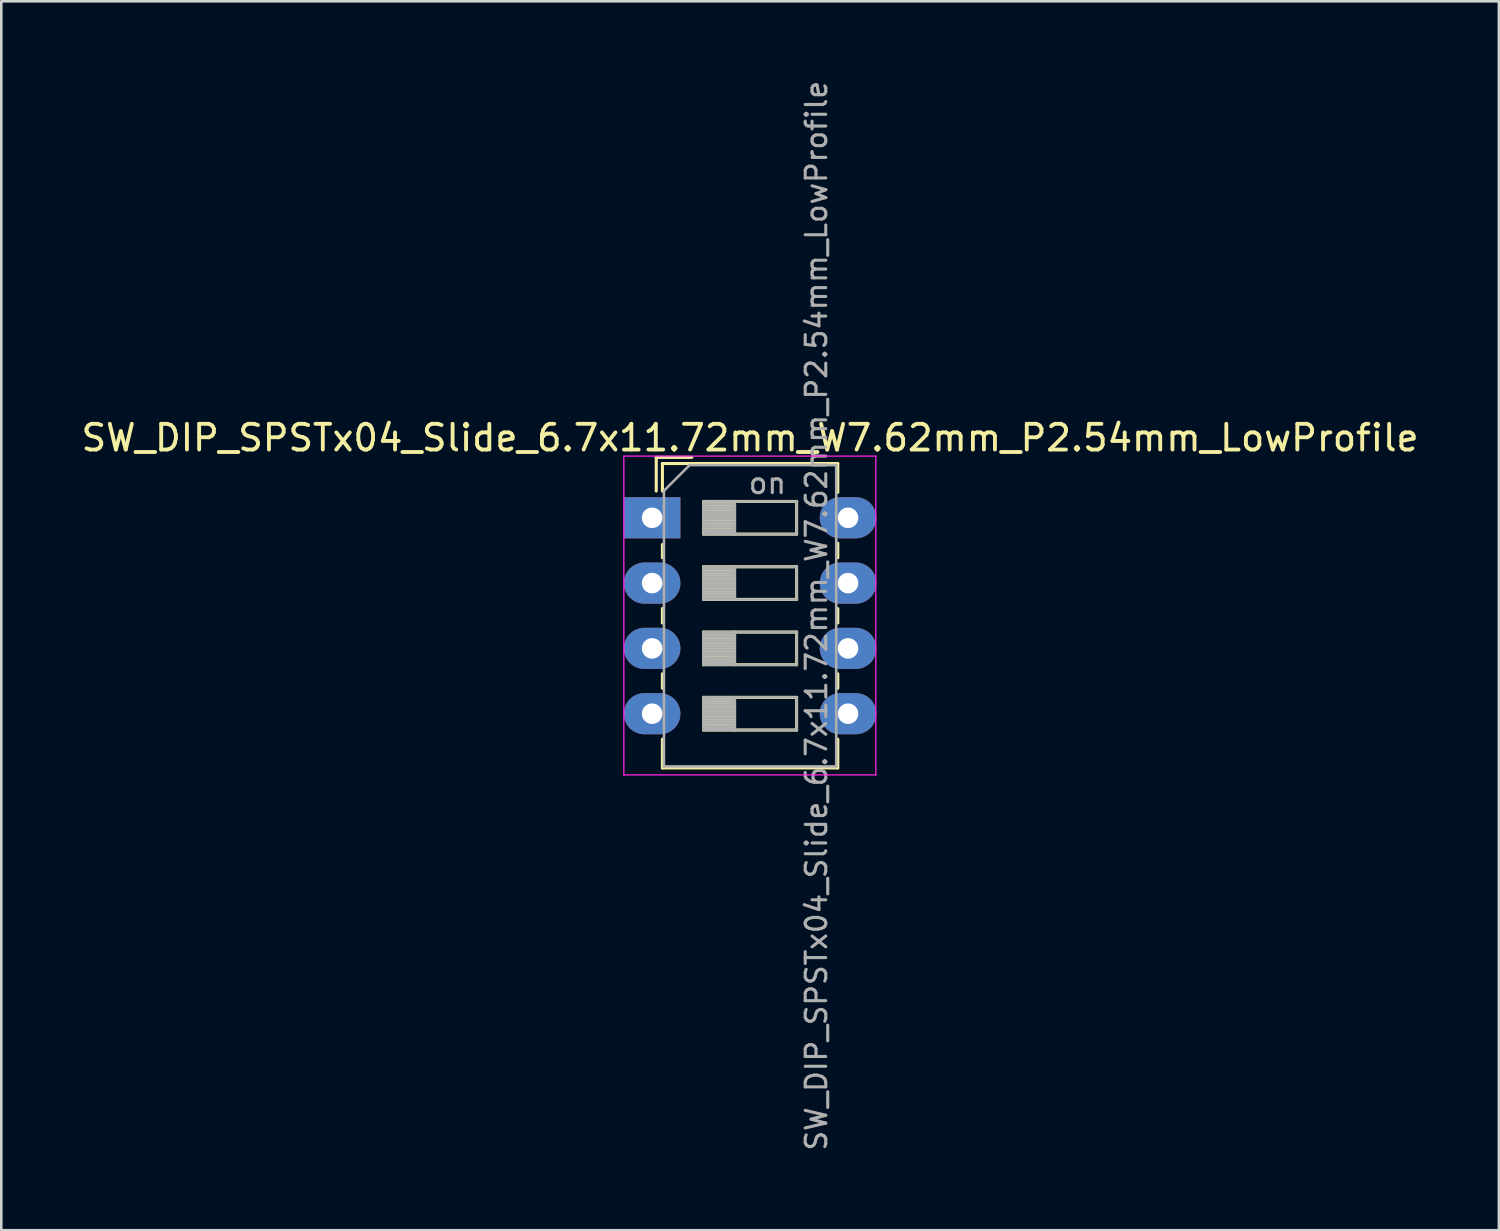
<source format=kicad_pcb>
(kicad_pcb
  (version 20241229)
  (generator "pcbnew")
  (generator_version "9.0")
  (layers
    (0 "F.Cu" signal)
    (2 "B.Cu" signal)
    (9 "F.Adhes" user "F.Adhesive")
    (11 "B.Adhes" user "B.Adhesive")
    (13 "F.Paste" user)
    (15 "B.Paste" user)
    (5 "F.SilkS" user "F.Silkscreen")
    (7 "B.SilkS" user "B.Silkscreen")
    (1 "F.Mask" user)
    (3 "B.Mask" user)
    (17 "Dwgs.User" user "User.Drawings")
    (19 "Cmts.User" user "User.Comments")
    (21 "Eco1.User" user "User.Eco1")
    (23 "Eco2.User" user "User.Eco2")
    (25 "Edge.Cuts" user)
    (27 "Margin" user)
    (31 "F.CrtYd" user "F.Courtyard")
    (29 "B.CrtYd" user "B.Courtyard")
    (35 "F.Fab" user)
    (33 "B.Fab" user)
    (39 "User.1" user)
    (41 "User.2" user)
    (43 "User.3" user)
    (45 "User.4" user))
  (footprint "SW_DIP_SPSTx04_Slide_6.7x11.72mm_W7.62mm_P2.54mm_LowProfile"
    (layer "F.Cu")
    (at 22.315 17.09)
    (property "Reference" "SW_DIP_SPSTx04_Slide_6.7x11.72mm_W7.62mm_P2.54mm_LowProfile" (at 3.81 -3.11 0) (layer "F.SilkS") (effects (font (size 1 1) (thickness 0.15))))
    (attr through_hole)
    (fp_line (start 0.16 -2.35) (end 0.16 -1.04) (stroke (width 0.12) (type solid)) (layer "F.SilkS"))
    (fp_line (start 0.16 -2.35) (end 1.543 -2.35) (stroke (width 0.12) (type solid)) (layer "F.SilkS"))
    (fp_line (start 0.4 -2.11) (end 0.4 -1.04) (stroke (width 0.12) (type solid)) (layer "F.SilkS"))
    (fp_line (start 0.4 -2.11) (end 7.221 -2.11) (stroke (width 0.12) (type solid)) (layer "F.SilkS"))
    (fp_line (start 0.4 1.04) (end 0.4 1.551) (stroke (width 0.12) (type solid)) (layer "F.SilkS"))
    (fp_line (start 0.4 3.53) (end 0.4 4.091) (stroke (width 0.12) (type solid)) (layer "F.SilkS"))
    (fp_line (start 0.4 6.07) (end 0.4 6.631) (stroke (width 0.12) (type solid)) (layer "F.SilkS"))
    (fp_line (start 0.4 8.61) (end 0.4 9.73) (stroke (width 0.12) (type solid)) (layer "F.SilkS"))
    (fp_line (start 0.4 9.73) (end 7.221 9.73) (stroke (width 0.12) (type solid)) (layer "F.SilkS"))
    (fp_line (start 2 -0.635) (end 2 0.635) (stroke (width 0.12) (type solid)) (layer "F.SilkS"))
    (fp_line (start 2 -0.515) (end 3.207 -0.515) (stroke (width 0.12) (type solid)) (layer "F.SilkS"))
    (fp_line (start 2 -0.395) (end 3.207 -0.395) (stroke (width 0.12) (type solid)) (layer "F.SilkS"))
    (fp_line (start 2 -0.275) (end 3.207 -0.275) (stroke (width 0.12) (type solid)) (layer "F.SilkS"))
    (fp_line (start 2 -0.155) (end 3.207 -0.155) (stroke (width 0.12) (type solid)) (layer "F.SilkS"))
    (fp_line (start 2 -0.035) (end 3.207 -0.035) (stroke (width 0.12) (type solid)) (layer "F.SilkS"))
    (fp_line (start 2 0.085) (end 3.207 0.085) (stroke (width 0.12) (type solid)) (layer "F.SilkS"))
    (fp_line (start 2 0.205) (end 3.207 0.205) (stroke (width 0.12) (type solid)) (layer "F.SilkS"))
    (fp_line (start 2 0.325) (end 3.207 0.325) (stroke (width 0.12) (type solid)) (layer "F.SilkS"))
    (fp_line (start 2 0.445) (end 3.207 0.445) (stroke (width 0.12) (type solid)) (layer "F.SilkS"))
    (fp_line (start 2 0.565) (end 3.207 0.565) (stroke (width 0.12) (type solid)) (layer "F.SilkS"))
    (fp_line (start 2 0.635) (end 5.62 0.635) (stroke (width 0.12) (type solid)) (layer "F.SilkS"))
    (fp_line (start 2 1.905) (end 2 3.175) (stroke (width 0.12) (type solid)) (layer "F.SilkS"))
    (fp_line (start 2 2.025) (end 3.207 2.025) (stroke (width 0.12) (type solid)) (layer "F.SilkS"))
    (fp_line (start 2 2.145) (end 3.207 2.145) (stroke (width 0.12) (type solid)) (layer "F.SilkS"))
    (fp_line (start 2 2.265) (end 3.207 2.265) (stroke (width 0.12) (type solid)) (layer "F.SilkS"))
    (fp_line (start 2 2.385) (end 3.207 2.385) (stroke (width 0.12) (type solid)) (layer "F.SilkS"))
    (fp_line (start 2 2.505) (end 3.207 2.505) (stroke (width 0.12) (type solid)) (layer "F.SilkS"))
    (fp_line (start 2 2.625) (end 3.207 2.625) (stroke (width 0.12) (type solid)) (layer "F.SilkS"))
    (fp_line (start 2 2.745) (end 3.207 2.745) (stroke (width 0.12) (type solid)) (layer "F.SilkS"))
    (fp_line (start 2 2.865) (end 3.207 2.865) (stroke (width 0.12) (type solid)) (layer "F.SilkS"))
    (fp_line (start 2 2.985) (end 3.207 2.985) (stroke (width 0.12) (type solid)) (layer "F.SilkS"))
    (fp_line (start 2 3.105) (end 3.207 3.105) (stroke (width 0.12) (type solid)) (layer "F.SilkS"))
    (fp_line (start 2 3.175) (end 5.62 3.175) (stroke (width 0.12) (type solid)) (layer "F.SilkS"))
    (fp_line (start 2 4.445) (end 2 5.715) (stroke (width 0.12) (type solid)) (layer "F.SilkS"))
    (fp_line (start 2 4.565) (end 3.207 4.565) (stroke (width 0.12) (type solid)) (layer "F.SilkS"))
    (fp_line (start 2 4.685) (end 3.207 4.685) (stroke (width 0.12) (type solid)) (layer "F.SilkS"))
    (fp_line (start 2 4.805) (end 3.207 4.805) (stroke (width 0.12) (type solid)) (layer "F.SilkS"))
    (fp_line (start 2 4.925) (end 3.207 4.925) (stroke (width 0.12) (type solid)) (layer "F.SilkS"))
    (fp_line (start 2 5.045) (end 3.207 5.045) (stroke (width 0.12) (type solid)) (layer "F.SilkS"))
    (fp_line (start 2 5.165) (end 3.207 5.165) (stroke (width 0.12) (type solid)) (layer "F.SilkS"))
    (fp_line (start 2 5.285) (end 3.207 5.285) (stroke (width 0.12) (type solid)) (layer "F.SilkS"))
    (fp_line (start 2 5.405) (end 3.207 5.405) (stroke (width 0.12) (type solid)) (layer "F.SilkS"))
    (fp_line (start 2 5.525) (end 3.207 5.525) (stroke (width 0.12) (type solid)) (layer "F.SilkS"))
    (fp_line (start 2 5.645) (end 3.207 5.645) (stroke (width 0.12) (type solid)) (layer "F.SilkS"))
    (fp_line (start 2 5.715) (end 5.62 5.715) (stroke (width 0.12) (type solid)) (layer "F.SilkS"))
    (fp_line (start 2 6.985) (end 2 8.255) (stroke (width 0.12) (type solid)) (layer "F.SilkS"))
    (fp_line (start 2 7.105) (end 3.207 7.105) (stroke (width 0.12) (type solid)) (layer "F.SilkS"))
    (fp_line (start 2 7.225) (end 3.207 7.225) (stroke (width 0.12) (type solid)) (layer "F.SilkS"))
    (fp_line (start 2 7.345) (end 3.207 7.345) (stroke (width 0.12) (type solid)) (layer "F.SilkS"))
    (fp_line (start 2 7.465) (end 3.207 7.465) (stroke (width 0.12) (type solid)) (layer "F.SilkS"))
    (fp_line (start 2 7.585) (end 3.207 7.585) (stroke (width 0.12) (type solid)) (layer "F.SilkS"))
    (fp_line (start 2 7.705) (end 3.207 7.705) (stroke (width 0.12) (type solid)) (layer "F.SilkS"))
    (fp_line (start 2 7.825) (end 3.207 7.825) (stroke (width 0.12) (type solid)) (layer "F.SilkS"))
    (fp_line (start 2 7.945) (end 3.207 7.945) (stroke (width 0.12) (type solid)) (layer "F.SilkS"))
    (fp_line (start 2 8.065) (end 3.207 8.065) (stroke (width 0.12) (type solid)) (layer "F.SilkS"))
    (fp_line (start 2 8.185) (end 3.207 8.185) (stroke (width 0.12) (type solid)) (layer "F.SilkS"))
    (fp_line (start 2 8.255) (end 5.62 8.255) (stroke (width 0.12) (type solid)) (layer "F.SilkS"))
    (fp_line (start 3.207 -0.635) (end 3.207 0.635) (stroke (width 0.12) (type solid)) (layer "F.SilkS"))
    (fp_line (start 3.207 1.905) (end 3.207 3.175) (stroke (width 0.12) (type solid)) (layer "F.SilkS"))
    (fp_line (start 3.207 4.445) (end 3.207 5.715) (stroke (width 0.12) (type solid)) (layer "F.SilkS"))
    (fp_line (start 3.207 6.985) (end 3.207 8.255) (stroke (width 0.12) (type solid)) (layer "F.SilkS"))
    (fp_line (start 5.62 -0.635) (end 2 -0.635) (stroke (width 0.12) (type solid)) (layer "F.SilkS"))
    (fp_line (start 5.62 0.635) (end 5.62 -0.635) (stroke (width 0.12) (type solid)) (layer "F.SilkS"))
    (fp_line (start 5.62 1.905) (end 2 1.905) (stroke (width 0.12) (type solid)) (layer "F.SilkS"))
    (fp_line (start 5.62 3.175) (end 5.62 1.905) (stroke (width 0.12) (type solid)) (layer "F.SilkS"))
    (fp_line (start 5.62 4.445) (end 2 4.445) (stroke (width 0.12) (type solid)) (layer "F.SilkS"))
    (fp_line (start 5.62 5.715) (end 5.62 4.445) (stroke (width 0.12) (type solid)) (layer "F.SilkS"))
    (fp_line (start 5.62 6.985) (end 2 6.985) (stroke (width 0.12) (type solid)) (layer "F.SilkS"))
    (fp_line (start 5.62 8.255) (end 5.62 6.985) (stroke (width 0.12) (type solid)) (layer "F.SilkS"))
    (fp_line (start 7.221 -2.11) (end 7.221 -0.99) (stroke (width 0.12) (type solid)) (layer "F.SilkS"))
    (fp_line (start 7.221 0.99) (end 7.221 1.551) (stroke (width 0.12) (type solid)) (layer "F.SilkS"))
    (fp_line (start 7.221 3.53) (end 7.221 4.091) (stroke (width 0.12) (type solid)) (layer "F.SilkS"))
    (fp_line (start 7.221 6.07) (end 7.221 6.631) (stroke (width 0.12) (type solid)) (layer "F.SilkS"))
    (fp_line (start 7.221 8.61) (end 7.221 9.73) (stroke (width 0.12) (type solid)) (layer "F.SilkS"))
    (fp_line (start -1.1 -2.4) (end -1.1 10) (stroke (width 0.05) (type solid)) (layer "F.CrtYd"))
    (fp_line (start -1.1 10) (end 8.7 10) (stroke (width 0.05) (type solid)) (layer "F.CrtYd"))
    (fp_line (start 8.7 -2.4) (end -1.1 -2.4) (stroke (width 0.05) (type solid)) (layer "F.CrtYd"))
    (fp_line (start 8.7 10) (end 8.7 -2.4) (stroke (width 0.05) (type solid)) (layer "F.CrtYd"))
    (fp_line (start 0.46 -1.05) (end 1.46 -2.05) (stroke (width 0.1) (type solid)) (layer "F.Fab"))
    (fp_line (start 0.46 9.67) (end 0.46 -1.05) (stroke (width 0.1) (type solid)) (layer "F.Fab"))
    (fp_line (start 1.46 -2.05) (end 7.16 -2.05) (stroke (width 0.1) (type solid)) (layer "F.Fab"))
    (fp_line (start 2 -0.635) (end 2 0.635) (stroke (width 0.1) (type solid)) (layer "F.Fab"))
    (fp_line (start 2 -0.535) (end 3.207 -0.535) (stroke (width 0.1) (type solid)) (layer "F.Fab"))
    (fp_line (start 2 -0.435) (end 3.207 -0.435) (stroke (width 0.1) (type solid)) (layer "F.Fab"))
    (fp_line (start 2 -0.335) (end 3.207 -0.335) (stroke (width 0.1) (type solid)) (layer "F.Fab"))
    (fp_line (start 2 -0.235) (end 3.207 -0.235) (stroke (width 0.1) (type solid)) (layer "F.Fab"))
    (fp_line (start 2 -0.135) (end 3.207 -0.135) (stroke (width 0.1) (type solid)) (layer "F.Fab"))
    (fp_line (start 2 -0.035) (end 3.207 -0.035) (stroke (width 0.1) (type solid)) (layer "F.Fab"))
    (fp_line (start 2 0.065) (end 3.207 0.065) (stroke (width 0.1) (type solid)) (layer "F.Fab"))
    (fp_line (start 2 0.165) (end 3.207 0.165) (stroke (width 0.1) (type solid)) (layer "F.Fab"))
    (fp_line (start 2 0.265) (end 3.207 0.265) (stroke (width 0.1) (type solid)) (layer "F.Fab"))
    (fp_line (start 2 0.365) (end 3.207 0.365) (stroke (width 0.1) (type solid)) (layer "F.Fab"))
    (fp_line (start 2 0.465) (end 3.207 0.465) (stroke (width 0.1) (type solid)) (layer "F.Fab"))
    (fp_line (start 2 0.565) (end 3.207 0.565) (stroke (width 0.1) (type solid)) (layer "F.Fab"))
    (fp_line (start 2 0.635) (end 5.62 0.635) (stroke (width 0.1) (type solid)) (layer "F.Fab"))
    (fp_line (start 2 1.905) (end 2 3.175) (stroke (width 0.1) (type solid)) (layer "F.Fab"))
    (fp_line (start 2 2.005) (end 3.207 2.005) (stroke (width 0.1) (type solid)) (layer "F.Fab"))
    (fp_line (start 2 2.105) (end 3.207 2.105) (stroke (width 0.1) (type solid)) (layer "F.Fab"))
    (fp_line (start 2 2.205) (end 3.207 2.205) (stroke (width 0.1) (type solid)) (layer "F.Fab"))
    (fp_line (start 2 2.305) (end 3.207 2.305) (stroke (width 0.1) (type solid)) (layer "F.Fab"))
    (fp_line (start 2 2.405) (end 3.207 2.405) (stroke (width 0.1) (type solid)) (layer "F.Fab"))
    (fp_line (start 2 2.505) (end 3.207 2.505) (stroke (width 0.1) (type solid)) (layer "F.Fab"))
    (fp_line (start 2 2.605) (end 3.207 2.605) (stroke (width 0.1) (type solid)) (layer "F.Fab"))
    (fp_line (start 2 2.705) (end 3.207 2.705) (stroke (width 0.1) (type solid)) (layer "F.Fab"))
    (fp_line (start 2 2.805) (end 3.207 2.805) (stroke (width 0.1) (type solid)) (layer "F.Fab"))
    (fp_line (start 2 2.905) (end 3.207 2.905) (stroke (width 0.1) (type solid)) (layer "F.Fab"))
    (fp_line (start 2 3.005) (end 3.207 3.005) (stroke (width 0.1) (type solid)) (layer "F.Fab"))
    (fp_line (start 2 3.105) (end 3.207 3.105) (stroke (width 0.1) (type solid)) (layer "F.Fab"))
    (fp_line (start 2 3.175) (end 5.62 3.175) (stroke (width 0.1) (type solid)) (layer "F.Fab"))
    (fp_line (start 2 4.445) (end 2 5.715) (stroke (width 0.1) (type solid)) (layer "F.Fab"))
    (fp_line (start 2 4.545) (end 3.207 4.545) (stroke (width 0.1) (type solid)) (layer "F.Fab"))
    (fp_line (start 2 4.645) (end 3.207 4.645) (stroke (width 0.1) (type solid)) (layer "F.Fab"))
    (fp_line (start 2 4.745) (end 3.207 4.745) (stroke (width 0.1) (type solid)) (layer "F.Fab"))
    (fp_line (start 2 4.845) (end 3.207 4.845) (stroke (width 0.1) (type solid)) (layer "F.Fab"))
    (fp_line (start 2 4.945) (end 3.207 4.945) (stroke (width 0.1) (type solid)) (layer "F.Fab"))
    (fp_line (start 2 5.045) (end 3.207 5.045) (stroke (width 0.1) (type solid)) (layer "F.Fab"))
    (fp_line (start 2 5.145) (end 3.207 5.145) (stroke (width 0.1) (type solid)) (layer "F.Fab"))
    (fp_line (start 2 5.245) (end 3.207 5.245) (stroke (width 0.1) (type solid)) (layer "F.Fab"))
    (fp_line (start 2 5.345) (end 3.207 5.345) (stroke (width 0.1) (type solid)) (layer "F.Fab"))
    (fp_line (start 2 5.445) (end 3.207 5.445) (stroke (width 0.1) (type solid)) (layer "F.Fab"))
    (fp_line (start 2 5.545) (end 3.207 5.545) (stroke (width 0.1) (type solid)) (layer "F.Fab"))
    (fp_line (start 2 5.645) (end 3.207 5.645) (stroke (width 0.1) (type solid)) (layer "F.Fab"))
    (fp_line (start 2 5.715) (end 5.62 5.715) (stroke (width 0.1) (type solid)) (layer "F.Fab"))
    (fp_line (start 2 6.985) (end 2 8.255) (stroke (width 0.1) (type solid)) (layer "F.Fab"))
    (fp_line (start 2 7.085) (end 3.207 7.085) (stroke (width 0.1) (type solid)) (layer "F.Fab"))
    (fp_line (start 2 7.185) (end 3.207 7.185) (stroke (width 0.1) (type solid)) (layer "F.Fab"))
    (fp_line (start 2 7.285) (end 3.207 7.285) (stroke (width 0.1) (type solid)) (layer "F.Fab"))
    (fp_line (start 2 7.385) (end 3.207 7.385) (stroke (width 0.1) (type solid)) (layer "F.Fab"))
    (fp_line (start 2 7.485) (end 3.207 7.485) (stroke (width 0.1) (type solid)) (layer "F.Fab"))
    (fp_line (start 2 7.585) (end 3.207 7.585) (stroke (width 0.1) (type solid)) (layer "F.Fab"))
    (fp_line (start 2 7.685) (end 3.207 7.685) (stroke (width 0.1) (type solid)) (layer "F.Fab"))
    (fp_line (start 2 7.785) (end 3.207 7.785) (stroke (width 0.1) (type solid)) (layer "F.Fab"))
    (fp_line (start 2 7.885) (end 3.207 7.885) (stroke (width 0.1) (type solid)) (layer "F.Fab"))
    (fp_line (start 2 7.985) (end 3.207 7.985) (stroke (width 0.1) (type solid)) (layer "F.Fab"))
    (fp_line (start 2 8.085) (end 3.207 8.085) (stroke (width 0.1) (type solid)) (layer "F.Fab"))
    (fp_line (start 2 8.185) (end 3.207 8.185) (stroke (width 0.1) (type solid)) (layer "F.Fab"))
    (fp_line (start 2 8.255) (end 5.62 8.255) (stroke (width 0.1) (type solid)) (layer "F.Fab"))
    (fp_line (start 3.207 -0.635) (end 3.207 0.635) (stroke (width 0.1) (type solid)) (layer "F.Fab"))
    (fp_line (start 3.207 1.905) (end 3.207 3.175) (stroke (width 0.1) (type solid)) (layer "F.Fab"))
    (fp_line (start 3.207 4.445) (end 3.207 5.715) (stroke (width 0.1) (type solid)) (layer "F.Fab"))
    (fp_line (start 3.207 6.985) (end 3.207 8.255) (stroke (width 0.1) (type solid)) (layer "F.Fab"))
    (fp_line (start 5.62 -0.635) (end 2 -0.635) (stroke (width 0.1) (type solid)) (layer "F.Fab"))
    (fp_line (start 5.62 0.635) (end 5.62 -0.635) (stroke (width 0.1) (type solid)) (layer "F.Fab"))
    (fp_line (start 5.62 1.905) (end 2 1.905) (stroke (width 0.1) (type solid)) (layer "F.Fab"))
    (fp_line (start 5.62 3.175) (end 5.62 1.905) (stroke (width 0.1) (type solid)) (layer "F.Fab"))
    (fp_line (start 5.62 4.445) (end 2 4.445) (stroke (width 0.1) (type solid)) (layer "F.Fab"))
    (fp_line (start 5.62 5.715) (end 5.62 4.445) (stroke (width 0.1) (type solid)) (layer "F.Fab"))
    (fp_line (start 5.62 6.985) (end 2 6.985) (stroke (width 0.1) (type solid)) (layer "F.Fab"))
    (fp_line (start 5.62 8.255) (end 5.62 6.985) (stroke (width 0.1) (type solid)) (layer "F.Fab"))
    (fp_line (start 7.16 -2.05) (end 7.16 9.67) (stroke (width 0.1) (type solid)) (layer "F.Fab"))
    (fp_line (start 7.16 9.67) (end 0.46 9.67) (stroke (width 0.1) (type solid)) (layer "F.Fab"))
    (fp_text user "${REFERENCE}" (at 6.39 3.81 90) (layer "F.Fab") (effects (font (size 0.8 0.8) (thickness 0.12))))
    (fp_text user "on" (at 4.485 -1.343 0) (layer "F.Fab") (effects (font (size 0.8 0.8) (thickness 0.12))))
    (pad "1" thru_hole rect (at 0 0) (size 2.2 1.6) (drill oval 0.8) (layers "*.Cu" "*.Mask"))
    (pad "2" thru_hole oval (at 0 2.54) (size 2.2 1.6) (drill 0.8) (layers "*.Cu" "*.Mask"))
    (pad "3" thru_hole oval (at 0 5.08) (size 2.2 1.6) (drill 0.8) (layers "*.Cu" "*.Mask"))
    (pad "4" thru_hole oval (at 0 7.62) (size 2.2 1.6) (drill 0.8) (layers "*.Cu" "*.Mask"))
    (pad "5" thru_hole oval (at 7.62 7.62) (size 2.2 1.6) (drill 0.8) (layers "*.Cu" "*.Mask"))
    (pad "6" thru_hole oval (at 7.62 5.08) (size 2.2 1.6) (drill 0.8) (layers "*.Cu" "*.Mask"))
    (pad "7" thru_hole oval (at 7.62 2.54) (size 2.2 1.6) (drill 0.8) (layers "*.Cu" "*.Mask"))
    (pad "8" thru_hole oval (at 7.62 0) (size 2.2 1.6) (drill 0.8) (layers "*.Cu" "*.Mask")))
  (gr_rect
    (start -3 -3)
    (end 55.25 44.8)
    (stroke (width 0.1) (type default))
    (fill no)
    (layer "Edge.Cuts")))
</source>
